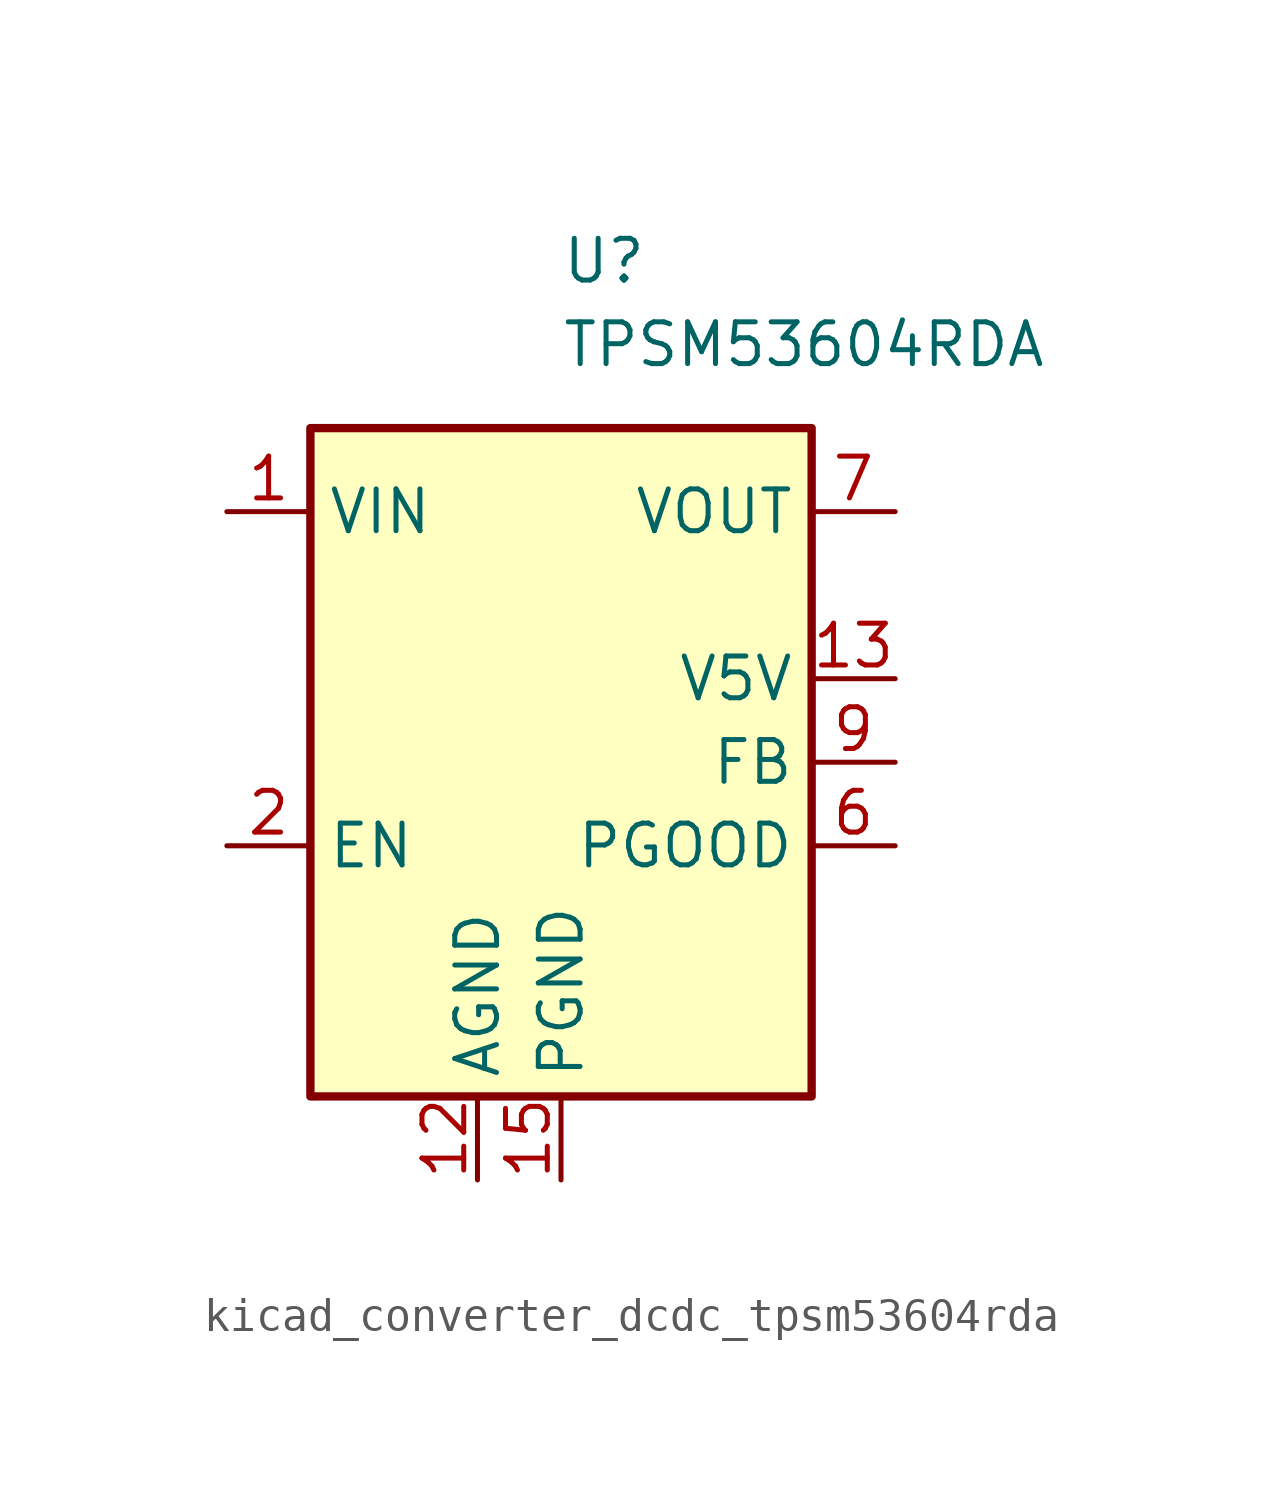
<source format=kicad_sym>
(kicad_symbol_lib
  (version 20220914)
  (generator kicad_symbol_editor)
  (symbol "kicad_converter_dcdc_tpsm53604rda"
    (property "Reference" "U"
      (at 0 15.24 0)
      (effects (font (size 1.27 1.27)) (justify left)))
    (property "Value" "TPSM53604RDA"
      (at 0 12.7 0)
      (effects (font (size 1.27 1.27)) (justify left)))
    (symbol "kicad_converter_dcdc_tpsm53604rda_0_1"
      (rectangle (start 7.62 10.16) (end -7.62 -10.16) (stroke (width 0.254) (type default)) (fill (type background))))
    (symbol "kicad_converter_dcdc_tpsm53604rda_1_1"
      (pin power_in line (at -10.16 7.62 0) (length 2.54) (name "VIN" (effects (font (size 1.27 1.27)))) (number "1" (effects (font (size 1.27 1.27)))))
      (pin passive line (at 0 -12.7 90) (length 2.54) hide (name "PGND" (effects (font (size 1.27 1.27)))) (number "10" (effects (font (size 1.27 1.27)))))
      (pin passive line (at 0 -12.7 90) (length 2.54) hide (name "PGND" (effects (font (size 1.27 1.27)))) (number "11" (effects (font (size 1.27 1.27)))))
      (pin power_in line (at -2.54 -12.7 90) (length 2.54) (name "AGND" (effects (font (size 1.27 1.27)))) (number "12" (effects (font (size 1.27 1.27)))))
      (pin output line (at 10.16 2.54 180) (length 2.54) (name "V5V" (effects (font (size 1.27 1.27)))) (number "13" (effects (font (size 1.27 1.27)))))
      (pin passive line (at -10.16 7.62 0) (length 2.54) hide (name "VIN" (effects (font (size 1.27 1.27)))) (number "14" (effects (font (size 1.27 1.27)))))
      (pin power_in line (at 0 -12.7 90) (length 2.54) (name "PGND" (effects (font (size 1.27 1.27)))) (number "15" (effects (font (size 1.27 1.27)))))
      (pin input line (at -10.16 -2.54 0) (length 2.54) (name "EN" (effects (font (size 1.27 1.27)))) (number "2" (effects (font (size 1.27 1.27)))))
      (pin passive line (at 0 -12.7 90) (length 2.54) hide (name "PGND" (effects (font (size 1.27 1.27)))) (number "3" (effects (font (size 1.27 1.27)))))
      (pin no_connect line (at -7.62 2.54 0) (length 2.54) hide (name "DNC" (effects (font (size 1.27 1.27)))) (number "4" (effects (font (size 1.27 1.27)))))
      (pin no_connect line (at -7.62 0 0) (length 2.54) hide (name "DNC" (effects (font (size 1.27 1.27)))) (number "5" (effects (font (size 1.27 1.27)))))
      (pin open_collector line (at 10.16 -2.54 180) (length 2.54) (name "PGOOD" (effects (font (size 1.27 1.27)))) (number "6" (effects (font (size 1.27 1.27)))))
      (pin power_out line (at 10.16 7.62 180) (length 2.54) (name "VOUT" (effects (font (size 1.27 1.27)))) (number "7" (effects (font (size 1.27 1.27)))))
      (pin passive line (at 10.16 7.62 180) (length 2.54) hide (name "VOUT" (effects (font (size 1.27 1.27)))) (number "8" (effects (font (size 1.27 1.27)))))
      (pin input line (at 10.16 0 180) (length 2.54) (name "FB" (effects (font (size 1.27 1.27)))) (number "9" (effects (font (size 1.27 1.27))))))))
</source>
